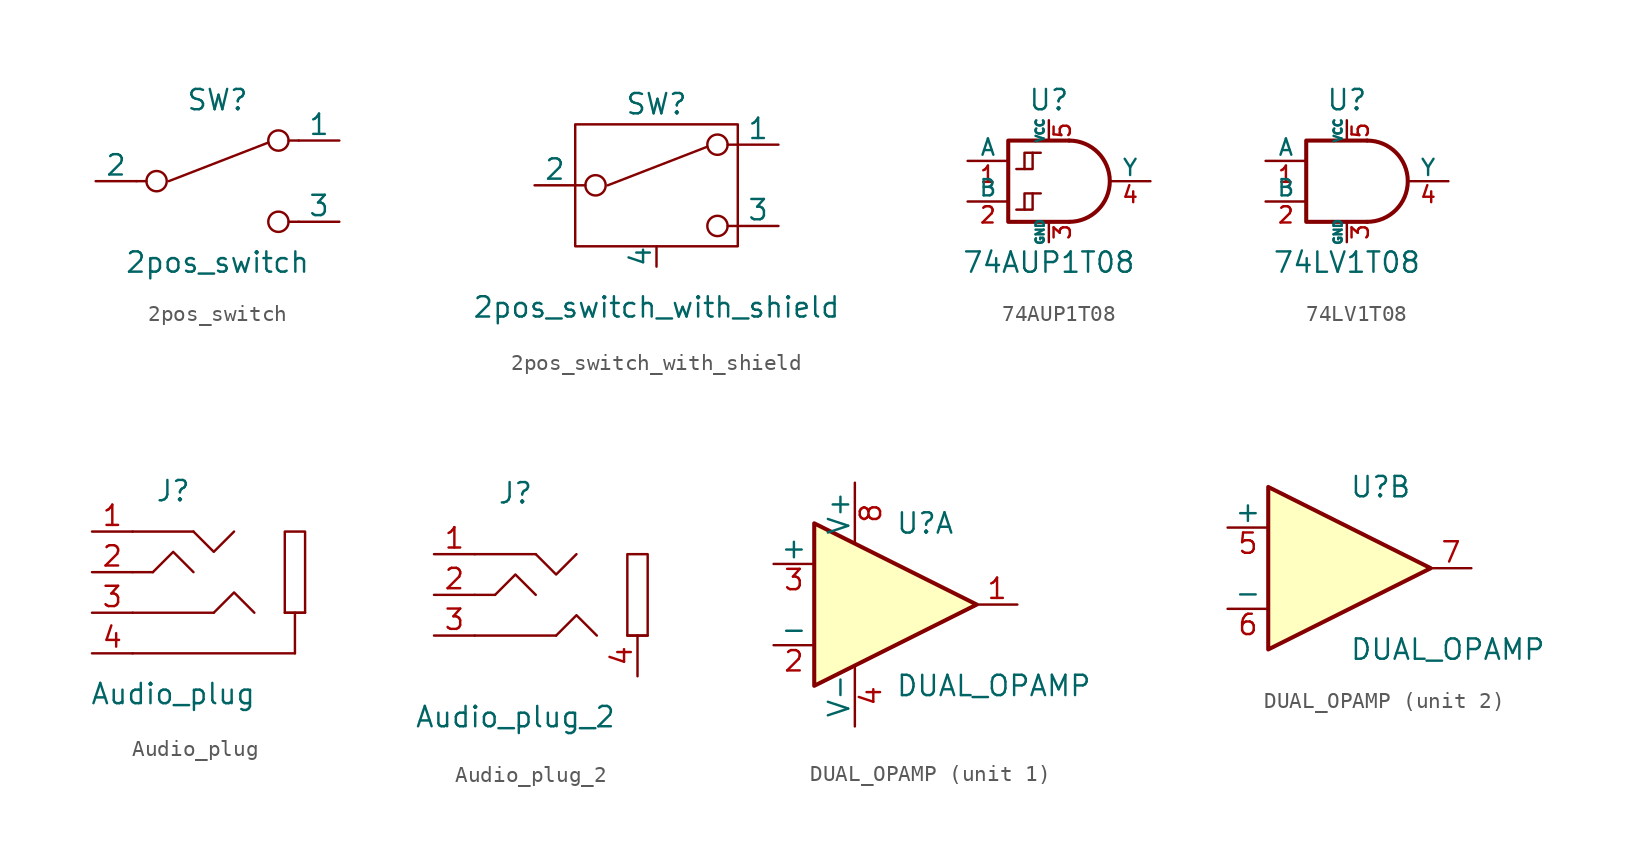
<source format=kicad_sym>
(kicad_symbol_lib
  (version 20220914)
  (generator kicad_symbol_editor)
  (symbol "2pos_switch"
    (pin_numbers hide)
    (pin_names
      (offset 0))
    (property "Reference" "SW"
      (at 0 5.08 0)
      (effects (font (size 1.27 1.27))))
    (property "Value" "2pos_switch"
      (at 0 -5.08 0)
      (effects (font (size 1.27 1.27))))
    (property "Footprint" ""
      (at 0 0 0)
      (effects (font (size 1.27 1.27))))
    (property "Datasheet" ""
      (at 0 0 0)
      (effects (font (size 1.27 1.27))))
    (symbol "2pos_switch_0_1"
      (circle (center -3.81 0) (radius 0.635) (stroke (width 0) (type solid)) (fill (type none)))
      (polyline (pts (xy -5.08 0) (xy -4.445 0)) (stroke (width 0) (type solid)) (fill (type none)))
      (polyline (pts (xy -3.048 0) (xy 3.175 2.413)) (stroke (width 0) (type solid)) (fill (type none)))
      (polyline (pts (xy 4.445 -2.54) (xy 5.08 -2.54)) (stroke (width 0) (type solid)) (fill (type none)))
      (polyline (pts (xy 4.445 2.54) (xy 5.08 2.54)) (stroke (width 0) (type solid)) (fill (type none)))
      (circle (center 3.81 -2.54) (radius 0.635) (stroke (width 0) (type solid)) (fill (type none)))
      (circle (center 3.81 2.54) (radius 0.635) (stroke (width 0) (type solid)) (fill (type none))))
    (symbol "2pos_switch_1_1"
      (pin passive line (at 7.62 2.54 180) (length 2.54) (name "1" (effects (font (size 1.27 1.27)))) (number "1" (effects (font (size 1.27 1.27)))))
      (pin passive line (at -7.62 0 0) (length 2.54) (name "2" (effects (font (size 1.27 1.27)))) (number "2" (effects (font (size 1.27 1.27)))))
      (pin passive line (at 7.62 -2.54 180) (length 2.54) (name "3" (effects (font (size 1.27 1.27)))) (number "3" (effects (font (size 1.27 1.27)))))))
  (symbol "2pos_switch_with_shield"
    (pin_numbers hide)
    (pin_names
      (offset 0))
    (property "Reference" "SW"
      (at 0 5.08 0)
      (effects (font (size 1.27 1.27))))
    (property "Value" "2pos_switch_with_shield"
      (at 0 -7.62 0)
      (effects (font (size 1.27 1.27))))
    (property "Footprint" ""
      (at 0 0 0)
      (effects (font (size 1.27 1.27))))
    (property "Datasheet" ""
      (at 0 0 0)
      (effects (font (size 1.27 1.27))))
    (symbol "2pos_switch_with_shield_0_1"
      (rectangle (start -5.08 3.81) (end 5.08 -3.81) (stroke (width 0) (type solid)) (fill (type none)))
      (circle (center -3.81 0) (radius 0.635) (stroke (width 0) (type solid)) (fill (type none)))
      (polyline (pts (xy -5.08 0) (xy -4.445 0)) (stroke (width 0) (type solid)) (fill (type none)))
      (polyline (pts (xy -3.048 0) (xy 3.175 2.413)) (stroke (width 0) (type solid)) (fill (type none)))
      (polyline (pts (xy 4.445 -2.54) (xy 5.08 -2.54)) (stroke (width 0) (type solid)) (fill (type none)))
      (polyline (pts (xy 4.445 2.54) (xy 5.08 2.54)) (stroke (width 0) (type solid)) (fill (type none)))
      (circle (center 3.81 -2.54) (radius 0.635) (stroke (width 0) (type solid)) (fill (type none)))
      (circle (center 3.81 2.54) (radius 0.635) (stroke (width 0) (type solid)) (fill (type none))))
    (symbol "2pos_switch_with_shield_1_1"
      (pin passive line (at 7.62 2.54 180) (length 2.54) (name "1" (effects (font (size 1.27 1.27)))) (number "1" (effects (font (size 1.27 1.27)))))
      (pin passive line (at -7.62 0 0) (length 2.54) (name "2" (effects (font (size 1.27 1.27)))) (number "2" (effects (font (size 1.27 1.27)))))
      (pin passive line (at 7.62 -2.54 180) (length 2.54) (name "3" (effects (font (size 1.27 1.27)))) (number "3" (effects (font (size 1.27 1.27)))))
      (pin passive line (at 0 -5.08 90) (length 1.27) (name "4" (effects (font (size 1.27 1.27)))) (number "4" (effects (font (size 1.27 1.27)))))))
  (symbol "74AUP1T08"
    (pin_names
      (offset 0))
    (property "Reference" "U"
      (at 0 5.08 0)
      (effects (font (size 1.27 1.27))))
    (property "Value" "74AUP1T08"
      (at 0 -5.08 0)
      (effects (font (size 1.27 1.27))))
    (symbol "74AUP1T08_0_1"
      (polyline (pts (xy -2.032 0.762) (xy -1.016 0.762) (xy -1.016 1.778)) (stroke (width 0) (type solid)) (fill (type none)))
      (polyline (pts (xy -0.508 1.778) (xy -1.524 1.778) (xy -1.524 0.762)) (stroke (width 0) (type solid)) (fill (type none)))
      (polyline (pts (xy 1.27 -2.54) (xy -2.54 -2.54) (xy -2.54 2.54) (xy 1.27 2.54)) (stroke (width 0.254) (type solid)) (fill (type none)))
      (arc (start 1.27 -2.54) (mid 3.799 0) (end 1.27 2.54) (stroke (width 0.254) (type solid)) (fill (type none))))
    (symbol "74AUP1T08_1_1"
      (polyline (pts (xy -2.032 -1.778) (xy -1.016 -1.778) (xy -1.016 -0.762)) (stroke (width 0) (type solid)) (fill (type none)))
      (polyline (pts (xy -0.508 -0.762) (xy -1.524 -0.762) (xy -1.524 -1.778)) (stroke (width 0) (type solid)) (fill (type none)))
      (pin input line (at -5.08 1.27 0) (length 2.54) (name "A" (effects (font (size 1.016 1.016)))) (number "1" (effects (font (size 1.016 1.016)))))
      (pin input line (at -5.08 -1.27 0) (length 2.54) (name "B" (effects (font (size 1.016 1.016)))) (number "2" (effects (font (size 1.016 1.016)))))
      (pin power_in line (at 0 -3.81 90) (length 1.27) (name "GND" (effects (font (size 0.508 0.508)))) (number "3" (effects (font (size 1.016 1.016)))))
      (pin output line (at 6.35 0 180) (length 2.54) (name "Y" (effects (font (size 1.016 1.016)))) (number "4" (effects (font (size 1.016 1.016)))))
      (pin power_in line (at 0 3.81 270) (length 1.27) (name "VCC" (effects (font (size 0.508 0.508)))) (number "5" (effects (font (size 1.016 1.016)))))))
  (symbol "74LV1T08"
    (pin_names
      (offset 0))
    (property "Reference" "U"
      (at 0 5.08 0)
      (effects (font (size 1.27 1.27))))
    (property "Value" "74LV1T08"
      (at 0 -5.08 0)
      (effects (font (size 1.27 1.27))))
    (symbol "74LV1T08_0_1"
      (polyline (pts (xy 1.27 -2.54) (xy -2.54 -2.54) (xy -2.54 2.54) (xy 1.27 2.54)) (stroke (width 0.254) (type solid)) (fill (type none)))
      (arc (start 1.27 -2.54) (mid 3.799 0) (end 1.27 2.54) (stroke (width 0.254) (type solid)) (fill (type none))))
    (symbol "74LV1T08_1_1"
      (pin input line (at -5.08 1.27 0) (length 2.54) (name "A" (effects (font (size 1.016 1.016)))) (number "1" (effects (font (size 1.016 1.016)))))
      (pin input line (at -5.08 -1.27 0) (length 2.54) (name "B" (effects (font (size 1.016 1.016)))) (number "2" (effects (font (size 1.016 1.016)))))
      (pin power_in line (at 0 -3.81 90) (length 1.27) (name "GND" (effects (font (size 0.508 0.508)))) (number "3" (effects (font (size 1.016 1.016)))))
      (pin output line (at 6.35 0 180) (length 2.54) (name "Y" (effects (font (size 1.016 1.016)))) (number "4" (effects (font (size 1.016 1.016)))))
      (pin power_in line (at 0 3.81 270) (length 1.27) (name "VCC" (effects (font (size 0.508 0.508)))) (number "5" (effects (font (size 1.016 1.016)))))))
  (symbol "Audio_plug"
    (pin_names
      (offset 0.025) hide)
    (property "Reference" "J"
      (at 0 7.62 0)
      (effects (font (size 1.27 1.27))))
    (property "Value" "Audio_plug"
      (at 0 -5.08 0)
      (effects (font (size 1.27 1.27))))
    (property "Footprint" ""
      (at -5.08 3.81 0)
      (effects (font (size 1.27 1.27))))
    (property "Datasheet" ""
      (at -5.08 3.81 0)
      (effects (font (size 1.27 1.27))))
    (symbol "Audio_plug_0_1"
      (polyline (pts (xy -2.54 -2.54) (xy 7.62 -2.54)) (stroke (width 0) (type solid)) (fill (type none)))
      (polyline (pts (xy -1.27 2.54) (xy -2.54 2.54)) (stroke (width 0) (type solid)) (fill (type none)))
      (polyline (pts (xy 1.27 5.08) (xy -2.54 5.08)) (stroke (width 0) (type solid)) (fill (type none)))
      (polyline (pts (xy 2.54 0) (xy -2.54 0)) (stroke (width 0) (type solid)) (fill (type none)))
      (polyline (pts (xy 7.62 0) (xy 7.62 -2.54)) (stroke (width 0) (type solid)) (fill (type none)))
      (polyline (pts (xy 1.27 2.54) (xy 0 3.81) (xy -1.27 2.54)) (stroke (width 0) (type solid)) (fill (type none)))
      (polyline (pts (xy 3.81 5.08) (xy 2.54 3.81) (xy 1.27 5.08)) (stroke (width 0) (type solid)) (fill (type none)))
      (polyline (pts (xy 5.08 0) (xy 3.81 1.27) (xy 2.54 0)) (stroke (width 0) (type solid)) (fill (type none)))
      (rectangle (start 6.985 5.08) (end 8.255 0) (stroke (width 0) (type solid)) (fill (type none)))
      (rectangle (start 8.255 0) (end 6.985 0) (stroke (width 0) (type solid)) (fill (type none))))
    (symbol "Audio_plug_1_1"
      (pin output line (at -5.08 5.08 0) (length 2.54) (name "L" (effects (font (size 1.27 1.27)))) (number "1" (effects (font (size 1.27 1.27)))))
      (pin input line (at -5.08 2.54 0) (length 2.54) (name "R" (effects (font (size 1.27 1.27)))) (number "2" (effects (font (size 1.27 1.27)))))
      (pin passive line (at -5.08 0 0) (length 2.54) (name "GND" (effects (font (size 1.27 1.27)))) (number "3" (effects (font (size 1.27 1.27)))))
      (pin input line (at -5.08 -2.54 0) (length 2.54) (name "Mic" (effects (font (size 1.27 1.27)))) (number "4" (effects (font (size 1.27 1.27)))))))
  (symbol "Audio_plug_2"
    (pin_names
      (offset 0.025) hide)
    (property "Reference" "J"
      (at 0 8.89 0)
      (effects (font (size 1.27 1.27))))
    (property "Value" "Audio_plug_2"
      (at 0 -5.08 0)
      (effects (font (size 1.27 1.27))))
    (property "Footprint" ""
      (at -5.08 3.81 0)
      (effects (font (size 1.27 1.27))))
    (property "Datasheet" ""
      (at -5.08 3.81 0)
      (effects (font (size 1.27 1.27))))
    (symbol "Audio_plug_2_0_1"
      (polyline (pts (xy -1.27 2.54) (xy -2.54 2.54)) (stroke (width 0) (type solid)) (fill (type none)))
      (polyline (pts (xy 1.27 5.08) (xy -2.54 5.08)) (stroke (width 0) (type solid)) (fill (type none)))
      (polyline (pts (xy 2.54 0) (xy -2.54 0)) (stroke (width 0) (type solid)) (fill (type none)))
      (polyline (pts (xy 1.27 2.54) (xy 0 3.81) (xy -1.27 2.54)) (stroke (width 0) (type solid)) (fill (type none)))
      (polyline (pts (xy 3.81 5.08) (xy 2.54 3.81) (xy 1.27 5.08)) (stroke (width 0) (type solid)) (fill (type none)))
      (polyline (pts (xy 5.08 0) (xy 3.81 1.27) (xy 2.54 0)) (stroke (width 0) (type solid)) (fill (type none)))
      (rectangle (start 6.985 5.08) (end 8.255 0) (stroke (width 0) (type solid)) (fill (type none)))
      (rectangle (start 8.255 0) (end 6.985 0) (stroke (width 0) (type solid)) (fill (type none))))
    (symbol "Audio_plug_2_1_1"
      (pin output line (at -5.08 5.08 0) (length 2.54) (name "L" (effects (font (size 1.27 1.27)))) (number "1" (effects (font (size 1.27 1.27)))))
      (pin input line (at -5.08 2.54 0) (length 2.54) (name "R" (effects (font (size 1.27 1.27)))) (number "2" (effects (font (size 1.27 1.27)))))
      (pin passive line (at -5.08 0 0) (length 2.54) (name "GND" (effects (font (size 1.27 1.27)))) (number "3" (effects (font (size 1.27 1.27)))))
      (pin input line (at 7.62 -2.54 90) (length 2.54) (name "Mic" (effects (font (size 1.27 1.27)))) (number "4" (effects (font (size 1.27 1.27)))))))
  (symbol "DUAL_OPAMP"
    (pin_names
      (offset 0))
    (property "Reference" "U"
      (at 0 5.08 0)
      (effects (font (size 1.27 1.27)) (justify left)))
    (property "Value" "DUAL_OPAMP"
      (at 0 -5.08 0)
      (effects (font (size 1.27 1.27)) (justify left)))
    (symbol "DUAL_OPAMP_0_1"
      (polyline (pts (xy -5.08 5.08) (xy 5.08 0) (xy -5.08 -5.08) (xy -5.08 5.08)) (stroke (width 0.254) (type solid)) (fill (type background))))
    (symbol "DUAL_OPAMP_1_1"
      (pin output line (at 7.62 0 180) (length 2.54) (name "~" (effects (font (size 1.27 1.27)))) (number "1" (effects (font (size 1.27 1.27)))))
      (pin input line (at -7.62 -2.54 0) (length 2.54) (name "-" (effects (font (size 1.27 1.27)))) (number "2" (effects (font (size 1.27 1.27)))))
      (pin input line (at -7.62 2.54 0) (length 2.54) (name "+" (effects (font (size 1.27 1.27)))) (number "3" (effects (font (size 1.27 1.27)))))
      (pin power_in line (at -2.54 -7.62 90) (length 3.81) (name "V-" (effects (font (size 1.27 1.27)))) (number "4" (effects (font (size 1.27 1.27)))))
      (pin power_in line (at -2.54 7.62 270) (length 3.81) (name "V+" (effects (font (size 1.27 1.27)))) (number "8" (effects (font (size 1.27 1.27))))))
    (symbol "DUAL_OPAMP_2_1"
      (pin input line (at -7.62 2.54 0) (length 2.54) (name "+" (effects (font (size 1.27 1.27)))) (number "5" (effects (font (size 1.27 1.27)))))
      (pin input line (at -7.62 -2.54 0) (length 2.54) (name "-" (effects (font (size 1.27 1.27)))) (number "6" (effects (font (size 1.27 1.27)))))
      (pin output line (at 7.62 0 180) (length 2.54) (name "~" (effects (font (size 1.27 1.27)))) (number "7" (effects (font (size 1.27 1.27))))))))
</source>
